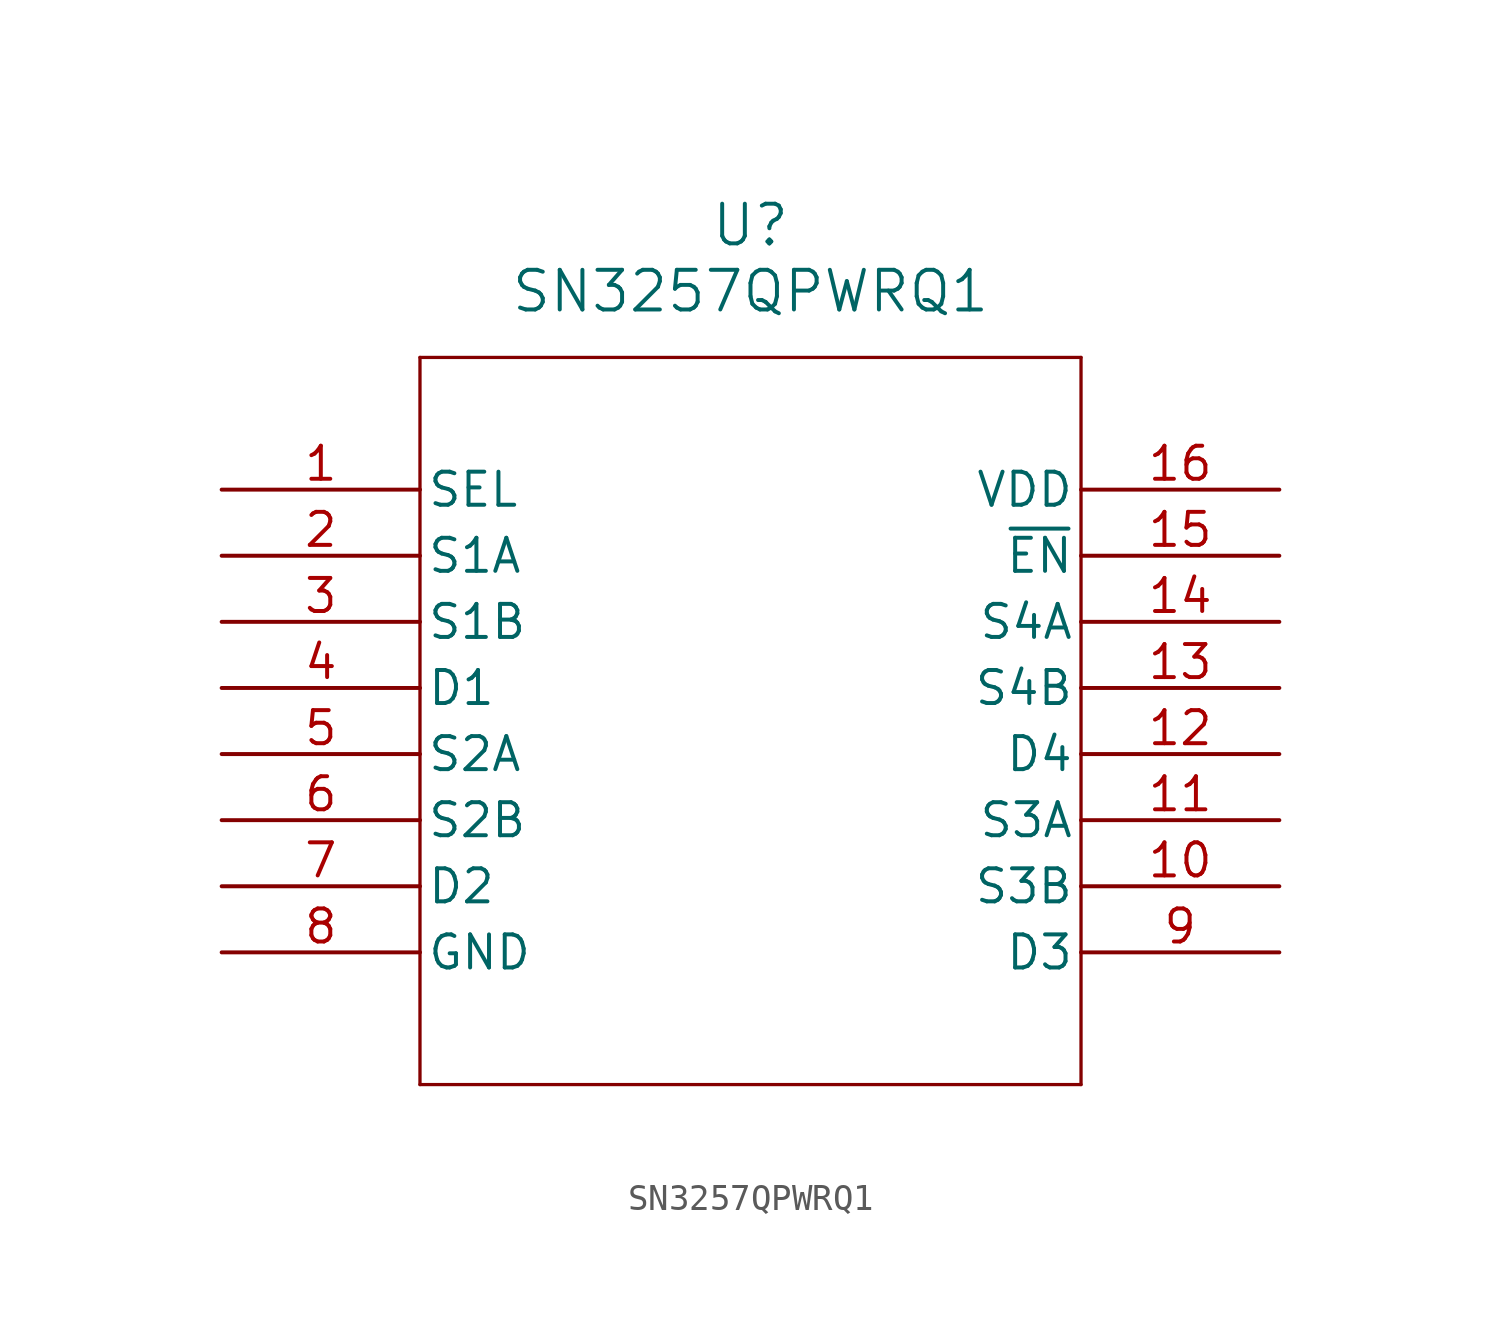
<source format=kicad_sym>
(kicad_symbol_lib
  (version 20231120)
  (generator "kicad_symbol_editor")
  (generator_version "8.0")
  (symbol "SN3257QPWRQ1"
    (pin_names
      (offset 0.254))
    (property "Reference" "U"
      (at 20.32 10.16 0)
      (effects (font (size 1.524 1.524))))
    (property "Value" "SN3257QPWRQ1"
      (at 20.32 7.62 0)
      (effects (font (size 1.524 1.524))))
    (property "ki_locked" ""
      (at 0 0 0)
      (effects (font (size 1.27 1.27))))
    (symbol "SN3257QPWRQ1_0_1"
      (polyline (pts (xy 7.62 -22.86) (xy 33.02 -22.86)) (stroke (width 0.127) (type default)) (fill (type none)))
      (polyline (pts (xy 7.62 5.08) (xy 7.62 -22.86)) (stroke (width 0.127) (type default)) (fill (type none)))
      (polyline (pts (xy 33.02 -22.86) (xy 33.02 5.08)) (stroke (width 0.127) (type default)) (fill (type none)))
      (polyline (pts (xy 33.02 5.08) (xy 7.62 5.08)) (stroke (width 0.127) (type default)) (fill (type none)))
      (pin input line (at 0 0 0) (length 7.62) (name "SEL" (effects (font (size 1.27 1.27)))) (number "1" (effects (font (size 1.27 1.27)))))
      (pin power_in line (at 40.64 0 180) (length 7.62) (name "VDD" (effects (font (size 1.27 1.27)))) (number "16" (effects (font (size 1.27 1.27)))))
      (pin bidirectional line (at 0 -7.62 0) (length 7.62) (name "D1" (effects (font (size 1.27 1.27)))) (number "4" (effects (font (size 1.27 1.27)))))
      (pin bidirectional line (at 0 -10.16 0) (length 7.62) (name "S2A" (effects (font (size 1.27 1.27)))) (number "5" (effects (font (size 1.27 1.27)))))
      (pin bidirectional line (at 0 -12.7 0) (length 7.62) (name "S2B" (effects (font (size 1.27 1.27)))) (number "6" (effects (font (size 1.27 1.27)))))
      (pin bidirectional line (at 0 -15.24 0) (length 7.62) (name "D2" (effects (font (size 1.27 1.27)))) (number "7" (effects (font (size 1.27 1.27)))))
      (pin power_in line (at 0 -17.78 0) (length 7.62) (name "GND" (effects (font (size 1.27 1.27)))) (number "8" (effects (font (size 1.27 1.27))))))
    (symbol "SN3257QPWRQ1_1_1"
      (pin bidirectional line (at 40.64 -15.24 180) (length 7.62) (name "S3B" (effects (font (size 1.27 1.27)))) (number "10" (effects (font (size 1.27 1.27)))))
      (pin bidirectional line (at 40.64 -12.7 180) (length 7.62) (name "S3A" (effects (font (size 1.27 1.27)))) (number "11" (effects (font (size 1.27 1.27)))))
      (pin bidirectional line (at 40.64 -10.16 180) (length 7.62) (name "D4" (effects (font (size 1.27 1.27)))) (number "12" (effects (font (size 1.27 1.27)))))
      (pin bidirectional line (at 40.64 -7.62 180) (length 7.62) (name "S4B" (effects (font (size 1.27 1.27)))) (number "13" (effects (font (size 1.27 1.27)))))
      (pin bidirectional line (at 40.64 -5.08 180) (length 7.62) (name "S4A" (effects (font (size 1.27 1.27)))) (number "14" (effects (font (size 1.27 1.27)))))
      (pin input line (at 40.64 -2.54 180) (length 7.62) (name "~{EN}" (effects (font (size 1.27 1.27)))) (number "15" (effects (font (size 1.27 1.27)))))
      (pin bidirectional line (at 0 -2.54 0) (length 7.62) (name "S1A" (effects (font (size 1.27 1.27)))) (number "2" (effects (font (size 1.27 1.27)))))
      (pin bidirectional line (at 0 -5.08 0) (length 7.62) (name "S1B" (effects (font (size 1.27 1.27)))) (number "3" (effects (font (size 1.27 1.27)))))
      (pin bidirectional line (at 40.64 -17.78 180) (length 7.62) (name "D3" (effects (font (size 1.27 1.27)))) (number "9" (effects (font (size 1.27 1.27))))))))
</source>
